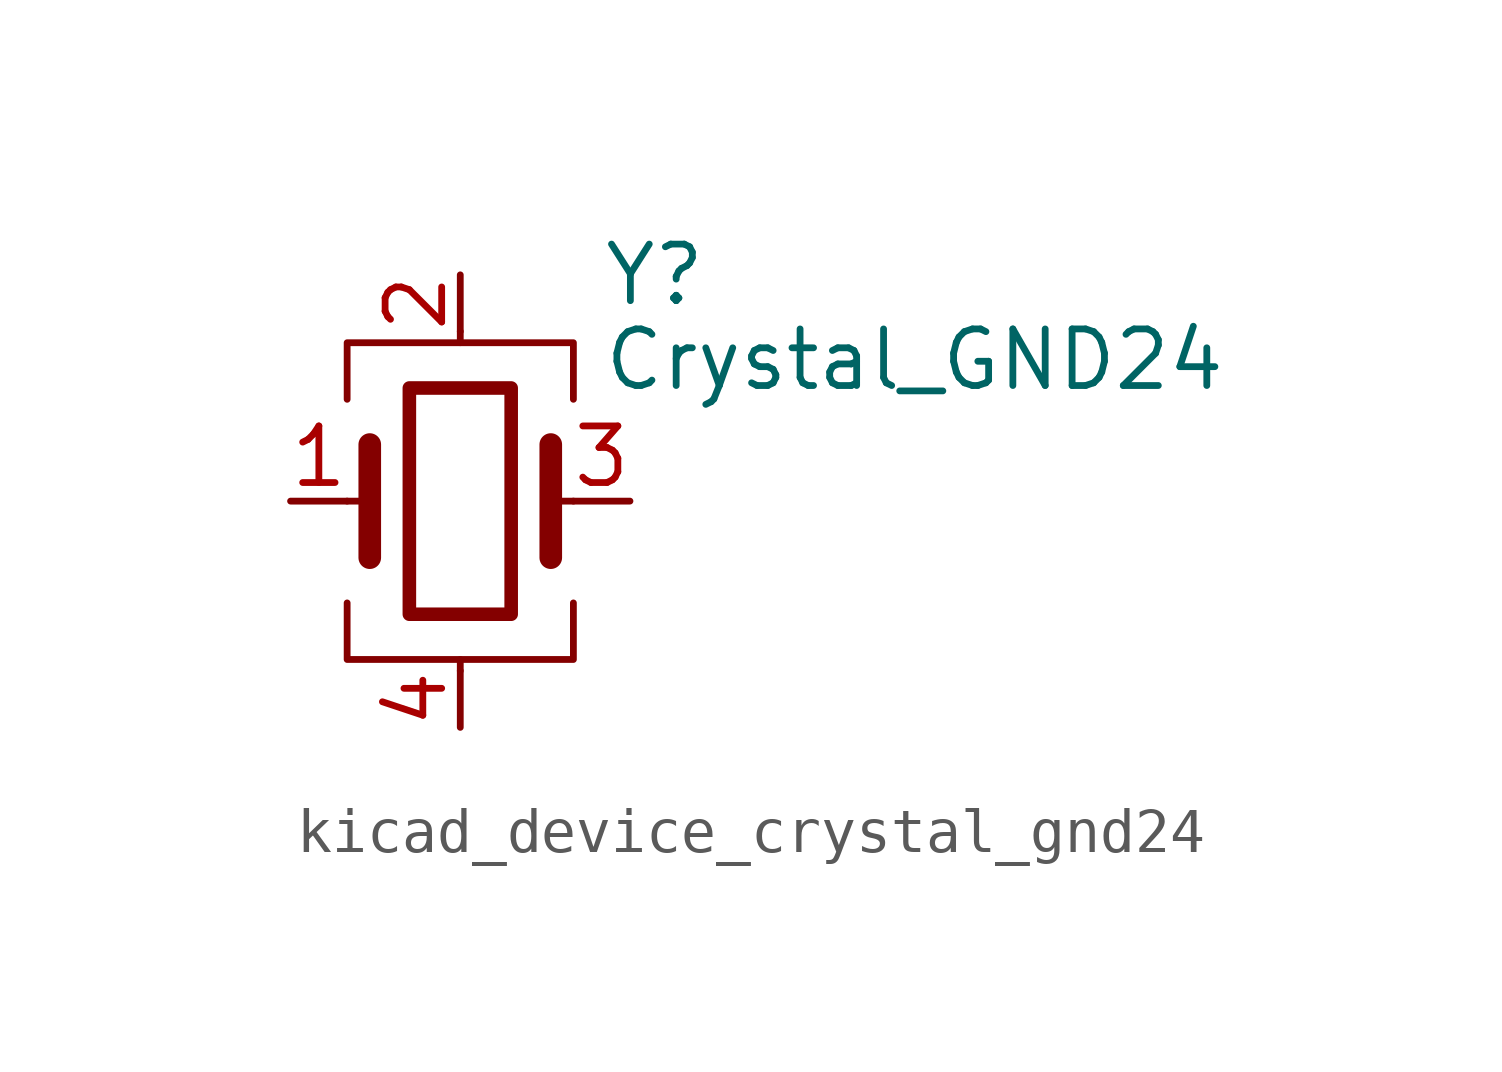
<source format=kicad_sym>
(kicad_symbol_lib
  (version 20220914)
  (generator kicad_symbol_editor)
  (symbol "kicad_device_crystal_gnd24"
    (pin_names
      (offset 1.016) hide)
    (property "Reference" "Y"
      (at 3.175 5.08 0)
      (effects (font (size 1.27 1.27)) (justify left)))
    (property "Value" "Crystal_GND24"
      (at 3.175 3.175 0)
      (effects (font (size 1.27 1.27)) (justify left)))
    (symbol "kicad_device_crystal_gnd24_0_1"
      (rectangle (start -1.143 2.54) (end 1.143 -2.54) (stroke (width 0.305) (type default)) (fill (type none)))
      (polyline (pts (xy -2.54 0) (xy -2.032 0)) (stroke (width 0) (type default)) (fill (type none)))
      (polyline (pts (xy -2.032 -1.27) (xy -2.032 1.27)) (stroke (width 0.508) (type default)) (fill (type none)))
      (polyline (pts (xy 0 -3.81) (xy 0 -3.556)) (stroke (width 0) (type default)) (fill (type none)))
      (polyline (pts (xy 0 3.556) (xy 0 3.81)) (stroke (width 0) (type default)) (fill (type none)))
      (polyline (pts (xy 2.032 -1.27) (xy 2.032 1.27)) (stroke (width 0.508) (type default)) (fill (type none)))
      (polyline (pts (xy 2.032 0) (xy 2.54 0)) (stroke (width 0) (type default)) (fill (type none)))
      (polyline (pts (xy -2.54 -2.286) (xy -2.54 -3.556) (xy 2.54 -3.556) (xy 2.54 -2.286)) (stroke (width 0) (type default)) (fill (type none)))
      (polyline (pts (xy -2.54 2.286) (xy -2.54 3.556) (xy 2.54 3.556) (xy 2.54 2.286)) (stroke (width 0) (type default)) (fill (type none))))
    (symbol "kicad_device_crystal_gnd24_1_1"
      (pin passive line (at -3.81 0 0) (length 1.27) (name "1" (effects (font (size 1.27 1.27)))) (number "1" (effects (font (size 1.27 1.27)))))
      (pin passive line (at 0 5.08 270) (length 1.27) (name "2" (effects (font (size 1.27 1.27)))) (number "2" (effects (font (size 1.27 1.27)))))
      (pin passive line (at 3.81 0 180) (length 1.27) (name "3" (effects (font (size 1.27 1.27)))) (number "3" (effects (font (size 1.27 1.27)))))
      (pin passive line (at 0 -5.08 90) (length 1.27) (name "4" (effects (font (size 1.27 1.27)))) (number "4" (effects (font (size 1.27 1.27))))))))
</source>
